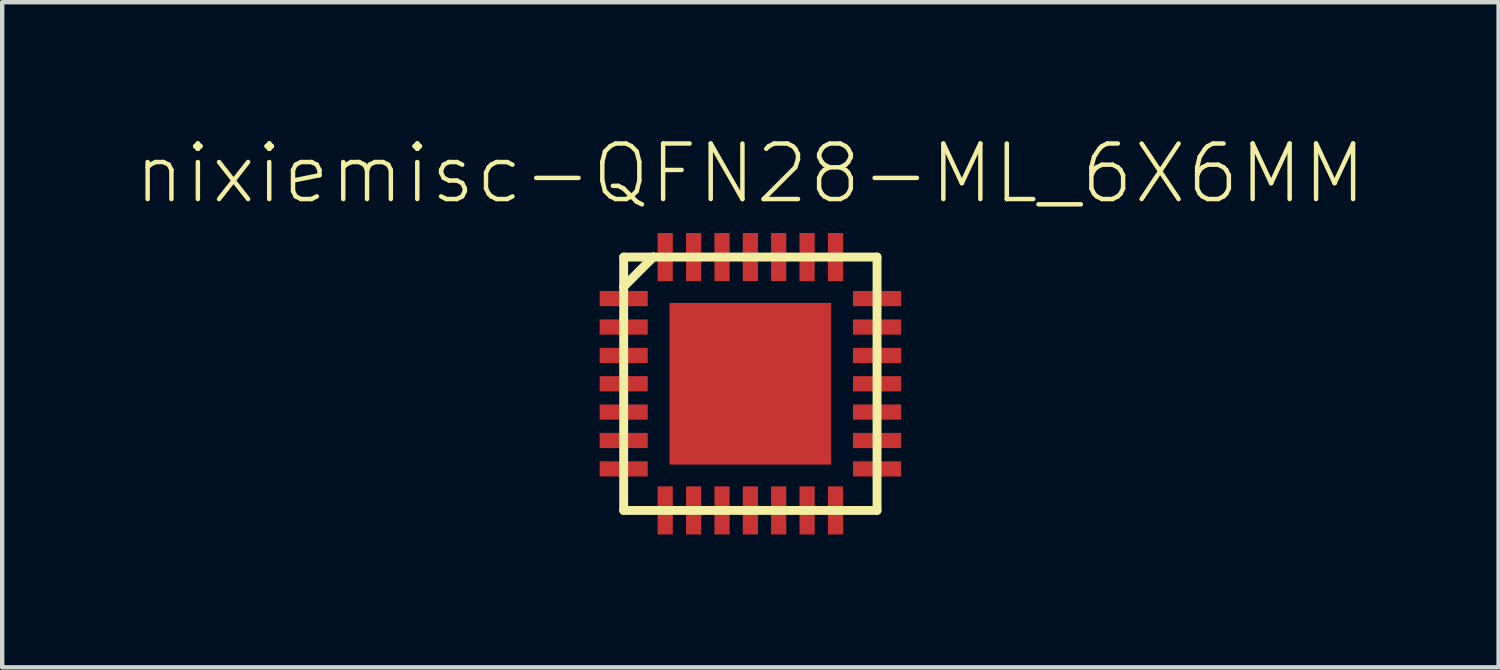
<source format=kicad_pcb>
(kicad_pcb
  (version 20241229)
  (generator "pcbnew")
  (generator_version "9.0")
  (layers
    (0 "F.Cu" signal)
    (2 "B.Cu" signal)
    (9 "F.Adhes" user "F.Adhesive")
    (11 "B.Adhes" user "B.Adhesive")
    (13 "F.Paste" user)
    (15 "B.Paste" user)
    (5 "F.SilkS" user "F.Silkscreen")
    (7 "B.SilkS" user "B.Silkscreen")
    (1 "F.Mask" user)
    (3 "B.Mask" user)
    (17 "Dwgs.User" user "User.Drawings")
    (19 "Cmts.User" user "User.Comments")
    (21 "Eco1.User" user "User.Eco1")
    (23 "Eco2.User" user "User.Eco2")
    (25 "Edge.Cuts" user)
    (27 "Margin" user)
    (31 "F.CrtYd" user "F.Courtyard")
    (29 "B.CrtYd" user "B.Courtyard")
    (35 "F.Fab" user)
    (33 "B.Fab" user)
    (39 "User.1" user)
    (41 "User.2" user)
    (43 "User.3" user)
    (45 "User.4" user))
  (footprint "nixiemisc-QFN28-ML_6X6MM"
    (layer "F.Cu")
    (at 14.116 5.729)
    (property "Reference" "nixiemisc-QFN28-ML_6X6MM" (at 0 -4.808 0) (layer "F.SilkS") (effects (font (size 1.27 1.27) (thickness 0.102))))
    (attr smd)
    (fp_line (start -3.454 -2.131) (end -2.344 -2.131) (stroke (width 0.066) (type solid)) (layer "F.Mask"))
    (fp_line (start -3.454 -1.768) (end -3.454 -2.131) (stroke (width 0.066) (type solid)) (layer "F.Mask"))
    (fp_line (start -3.454 -1.768) (end -2.344 -1.768) (stroke (width 0.066) (type solid)) (layer "F.Mask"))
    (fp_line (start -3.454 -1.481) (end -2.344 -1.481) (stroke (width 0.066) (type solid)) (layer "F.Mask"))
    (fp_line (start -3.454 -1.118) (end -3.454 -1.481) (stroke (width 0.066) (type solid)) (layer "F.Mask"))
    (fp_line (start -3.454 -1.118) (end -2.344 -1.118) (stroke (width 0.066) (type solid)) (layer "F.Mask"))
    (fp_line (start -3.454 -0.831) (end -2.344 -0.831) (stroke (width 0.066) (type solid)) (layer "F.Mask"))
    (fp_line (start -3.454 -0.467) (end -3.454 -0.831) (stroke (width 0.066) (type solid)) (layer "F.Mask"))
    (fp_line (start -3.454 -0.467) (end -2.344 -0.467) (stroke (width 0.066) (type solid)) (layer "F.Mask"))
    (fp_line (start -3.454 -0.18) (end -2.344 -0.18) (stroke (width 0.066) (type solid)) (layer "F.Mask"))
    (fp_line (start -3.454 0.18) (end -3.454 -0.18) (stroke (width 0.066) (type solid)) (layer "F.Mask"))
    (fp_line (start -3.454 0.18) (end -2.344 0.18) (stroke (width 0.066) (type solid)) (layer "F.Mask"))
    (fp_line (start -3.454 0.467) (end -2.344 0.467) (stroke (width 0.066) (type solid)) (layer "F.Mask"))
    (fp_line (start -3.454 0.831) (end -3.454 0.467) (stroke (width 0.066) (type solid)) (layer "F.Mask"))
    (fp_line (start -3.454 0.831) (end -2.344 0.831) (stroke (width 0.066) (type solid)) (layer "F.Mask"))
    (fp_line (start -3.454 1.118) (end -2.344 1.118) (stroke (width 0.066) (type solid)) (layer "F.Mask"))
    (fp_line (start -3.454 1.481) (end -3.454 1.118) (stroke (width 0.066) (type solid)) (layer "F.Mask"))
    (fp_line (start -3.454 1.481) (end -2.344 1.481) (stroke (width 0.066) (type solid)) (layer "F.Mask"))
    (fp_line (start -3.454 1.768) (end -2.344 1.768) (stroke (width 0.066) (type solid)) (layer "F.Mask"))
    (fp_line (start -3.454 2.131) (end -3.454 1.768) (stroke (width 0.066) (type solid)) (layer "F.Mask"))
    (fp_line (start -3.454 2.131) (end -2.344 2.131) (stroke (width 0.066) (type solid)) (layer "F.Mask"))
    (fp_line (start -2.344 -1.768) (end -2.344 -2.131) (stroke (width 0.066) (type solid)) (layer "F.Mask"))
    (fp_line (start -2.344 -1.118) (end -2.344 -1.481) (stroke (width 0.066) (type solid)) (layer "F.Mask"))
    (fp_line (start -2.344 -0.467) (end -2.344 -0.831) (stroke (width 0.066) (type solid)) (layer "F.Mask"))
    (fp_line (start -2.344 0.18) (end -2.344 -0.18) (stroke (width 0.066) (type solid)) (layer "F.Mask"))
    (fp_line (start -2.344 0.831) (end -2.344 0.467) (stroke (width 0.066) (type solid)) (layer "F.Mask"))
    (fp_line (start -2.344 1.481) (end -2.344 1.118) (stroke (width 0.066) (type solid)) (layer "F.Mask"))
    (fp_line (start -2.344 2.131) (end -2.344 1.768) (stroke (width 0.066) (type solid)) (layer "F.Mask"))
    (fp_line (start -2.131 -3.454) (end -2.131 -2.344) (stroke (width 0.066) (type solid)) (layer "F.Mask"))
    (fp_line (start -2.131 -3.454) (end -1.768 -3.454) (stroke (width 0.066) (type solid)) (layer "F.Mask"))
    (fp_line (start -2.131 -2.344) (end -1.768 -2.344) (stroke (width 0.066) (type solid)) (layer "F.Mask"))
    (fp_line (start -2.131 2.344) (end -2.131 3.454) (stroke (width 0.066) (type solid)) (layer "F.Mask"))
    (fp_line (start -2.131 2.344) (end -1.768 2.344) (stroke (width 0.066) (type solid)) (layer "F.Mask"))
    (fp_line (start -2.131 3.454) (end -1.768 3.454) (stroke (width 0.066) (type solid)) (layer "F.Mask"))
    (fp_line (start -1.857 -1.857) (end 1.857 -1.857) (stroke (width 0.066) (type solid)) (layer "F.Mask"))
    (fp_line (start -1.857 1.857) (end -1.857 -1.857) (stroke (width 0.066) (type solid)) (layer "F.Mask"))
    (fp_line (start -1.857 1.857) (end 1.857 1.857) (stroke (width 0.066) (type solid)) (layer "F.Mask"))
    (fp_line (start -1.768 -3.454) (end -1.768 -2.344) (stroke (width 0.066) (type solid)) (layer "F.Mask"))
    (fp_line (start -1.768 2.344) (end -1.768 3.454) (stroke (width 0.066) (type solid)) (layer "F.Mask"))
    (fp_line (start -1.481 -3.454) (end -1.481 -2.344) (stroke (width 0.066) (type solid)) (layer "F.Mask"))
    (fp_line (start -1.481 -3.454) (end -1.118 -3.454) (stroke (width 0.066) (type solid)) (layer "F.Mask"))
    (fp_line (start -1.481 -2.344) (end -1.118 -2.344) (stroke (width 0.066) (type solid)) (layer "F.Mask"))
    (fp_line (start -1.481 3.454) (end -1.481 2.344) (stroke (width 0.066) (type solid)) (layer "F.Mask"))
    (fp_line (start -1.118 -3.454) (end -1.118 -2.344) (stroke (width 0.066) (type solid)) (layer "F.Mask"))
    (fp_line (start -1.118 2.344) (end -1.481 2.344) (stroke (width 0.066) (type solid)) (layer "F.Mask"))
    (fp_line (start -1.118 3.454) (end -1.481 3.454) (stroke (width 0.066) (type solid)) (layer "F.Mask"))
    (fp_line (start -1.118 3.454) (end -1.118 2.344) (stroke (width 0.066) (type solid)) (layer "F.Mask"))
    (fp_line (start -0.831 -3.454) (end -0.831 -2.344) (stroke (width 0.066) (type solid)) (layer "F.Mask"))
    (fp_line (start -0.831 -3.454) (end -0.467 -3.454) (stroke (width 0.066) (type solid)) (layer "F.Mask"))
    (fp_line (start -0.831 -2.344) (end -0.467 -2.344) (stroke (width 0.066) (type solid)) (layer "F.Mask"))
    (fp_line (start -0.831 3.454) (end -0.831 2.344) (stroke (width 0.066) (type solid)) (layer "F.Mask"))
    (fp_line (start -0.467 -3.454) (end -0.467 -2.344) (stroke (width 0.066) (type solid)) (layer "F.Mask"))
    (fp_line (start -0.467 2.344) (end -0.831 2.344) (stroke (width 0.066) (type solid)) (layer "F.Mask"))
    (fp_line (start -0.467 3.454) (end -0.831 3.454) (stroke (width 0.066) (type solid)) (layer "F.Mask"))
    (fp_line (start -0.467 3.454) (end -0.467 2.344) (stroke (width 0.066) (type solid)) (layer "F.Mask"))
    (fp_line (start -0.18 -3.454) (end -0.18 -2.344) (stroke (width 0.066) (type solid)) (layer "F.Mask"))
    (fp_line (start -0.18 -3.454) (end 0.18 -3.454) (stroke (width 0.066) (type solid)) (layer "F.Mask"))
    (fp_line (start -0.18 -2.344) (end 0.18 -2.344) (stroke (width 0.066) (type solid)) (layer "F.Mask"))
    (fp_line (start -0.18 3.454) (end -0.18 2.344) (stroke (width 0.066) (type solid)) (layer "F.Mask"))
    (fp_line (start 0.18 -3.454) (end 0.18 -2.344) (stroke (width 0.066) (type solid)) (layer "F.Mask"))
    (fp_line (start 0.18 2.344) (end -0.18 2.344) (stroke (width 0.066) (type solid)) (layer "F.Mask"))
    (fp_line (start 0.18 3.454) (end -0.18 3.454) (stroke (width 0.066) (type solid)) (layer "F.Mask"))
    (fp_line (start 0.18 3.454) (end 0.18 2.344) (stroke (width 0.066) (type solid)) (layer "F.Mask"))
    (fp_line (start 0.467 -3.454) (end 0.467 -2.344) (stroke (width 0.066) (type solid)) (layer "F.Mask"))
    (fp_line (start 0.467 -3.454) (end 0.831 -3.454) (stroke (width 0.066) (type solid)) (layer "F.Mask"))
    (fp_line (start 0.467 -2.344) (end 0.831 -2.344) (stroke (width 0.066) (type solid)) (layer "F.Mask"))
    (fp_line (start 0.467 3.454) (end 0.467 2.344) (stroke (width 0.066) (type solid)) (layer "F.Mask"))
    (fp_line (start 0.831 -3.454) (end 0.831 -2.344) (stroke (width 0.066) (type solid)) (layer "F.Mask"))
    (fp_line (start 0.831 2.344) (end 0.467 2.344) (stroke (width 0.066) (type solid)) (layer "F.Mask"))
    (fp_line (start 0.831 3.454) (end 0.467 3.454) (stroke (width 0.066) (type solid)) (layer "F.Mask"))
    (fp_line (start 0.831 3.454) (end 0.831 2.344) (stroke (width 0.066) (type solid)) (layer "F.Mask"))
    (fp_line (start 1.118 -3.454) (end 1.118 -2.344) (stroke (width 0.066) (type solid)) (layer "F.Mask"))
    (fp_line (start 1.118 -3.454) (end 1.481 -3.454) (stroke (width 0.066) (type solid)) (layer "F.Mask"))
    (fp_line (start 1.118 -2.344) (end 1.481 -2.344) (stroke (width 0.066) (type solid)) (layer "F.Mask"))
    (fp_line (start 1.118 3.454) (end 1.118 2.344) (stroke (width 0.066) (type solid)) (layer "F.Mask"))
    (fp_line (start 1.481 -3.454) (end 1.481 -2.344) (stroke (width 0.066) (type solid)) (layer "F.Mask"))
    (fp_line (start 1.481 2.344) (end 1.118 2.344) (stroke (width 0.066) (type solid)) (layer "F.Mask"))
    (fp_line (start 1.481 3.454) (end 1.118 3.454) (stroke (width 0.066) (type solid)) (layer "F.Mask"))
    (fp_line (start 1.481 3.454) (end 1.481 2.344) (stroke (width 0.066) (type solid)) (layer "F.Mask"))
    (fp_line (start 1.768 -3.454) (end 1.768 -2.344) (stroke (width 0.066) (type solid)) (layer "F.Mask"))
    (fp_line (start 1.768 -3.454) (end 2.131 -3.454) (stroke (width 0.066) (type solid)) (layer "F.Mask"))
    (fp_line (start 1.768 -2.344) (end 2.131 -2.344) (stroke (width 0.066) (type solid)) (layer "F.Mask"))
    (fp_line (start 1.768 3.454) (end 1.768 2.344) (stroke (width 0.066) (type solid)) (layer "F.Mask"))
    (fp_line (start 1.857 1.857) (end 1.857 -1.857) (stroke (width 0.066) (type solid)) (layer "F.Mask"))
    (fp_line (start 2.131 -3.454) (end 2.131 -2.344) (stroke (width 0.066) (type solid)) (layer "F.Mask"))
    (fp_line (start 2.131 2.344) (end 1.768 2.344) (stroke (width 0.066) (type solid)) (layer "F.Mask"))
    (fp_line (start 2.131 3.454) (end 1.768 3.454) (stroke (width 0.066) (type solid)) (layer "F.Mask"))
    (fp_line (start 2.131 3.454) (end 2.131 2.344) (stroke (width 0.066) (type solid)) (layer "F.Mask"))
    (fp_line (start 2.344 -2.131) (end 2.344 -1.768) (stroke (width 0.066) (type solid)) (layer "F.Mask"))
    (fp_line (start 2.344 -1.481) (end 2.344 -1.118) (stroke (width 0.066) (type solid)) (layer "F.Mask"))
    (fp_line (start 2.344 -0.831) (end 2.344 -0.467) (stroke (width 0.066) (type solid)) (layer "F.Mask"))
    (fp_line (start 2.344 -0.18) (end 2.344 0.18) (stroke (width 0.066) (type solid)) (layer "F.Mask"))
    (fp_line (start 2.344 0.467) (end 2.344 0.831) (stroke (width 0.066) (type solid)) (layer "F.Mask"))
    (fp_line (start 2.344 1.118) (end 2.344 1.481) (stroke (width 0.066) (type solid)) (layer "F.Mask"))
    (fp_line (start 2.344 1.768) (end 2.344 2.131) (stroke (width 0.066) (type solid)) (layer "F.Mask"))
    (fp_line (start 3.454 -2.131) (end 2.344 -2.131) (stroke (width 0.066) (type solid)) (layer "F.Mask"))
    (fp_line (start 3.454 -2.131) (end 3.454 -1.768) (stroke (width 0.066) (type solid)) (layer "F.Mask"))
    (fp_line (start 3.454 -1.768) (end 2.344 -1.768) (stroke (width 0.066) (type solid)) (layer "F.Mask"))
    (fp_line (start 3.454 -1.481) (end 2.344 -1.481) (stroke (width 0.066) (type solid)) (layer "F.Mask"))
    (fp_line (start 3.454 -1.481) (end 3.454 -1.118) (stroke (width 0.066) (type solid)) (layer "F.Mask"))
    (fp_line (start 3.454 -1.118) (end 2.344 -1.118) (stroke (width 0.066) (type solid)) (layer "F.Mask"))
    (fp_line (start 3.454 -0.831) (end 2.344 -0.831) (stroke (width 0.066) (type solid)) (layer "F.Mask"))
    (fp_line (start 3.454 -0.831) (end 3.454 -0.467) (stroke (width 0.066) (type solid)) (layer "F.Mask"))
    (fp_line (start 3.454 -0.467) (end 2.344 -0.467) (stroke (width 0.066) (type solid)) (layer "F.Mask"))
    (fp_line (start 3.454 -0.18) (end 2.344 -0.18) (stroke (width 0.066) (type solid)) (layer "F.Mask"))
    (fp_line (start 3.454 -0.18) (end 3.454 0.18) (stroke (width 0.066) (type solid)) (layer "F.Mask"))
    (fp_line (start 3.454 0.18) (end 2.344 0.18) (stroke (width 0.066) (type solid)) (layer "F.Mask"))
    (fp_line (start 3.454 0.467) (end 2.344 0.467) (stroke (width 0.066) (type solid)) (layer "F.Mask"))
    (fp_line (start 3.454 0.467) (end 3.454 0.831) (stroke (width 0.066) (type solid)) (layer "F.Mask"))
    (fp_line (start 3.454 0.831) (end 2.344 0.831) (stroke (width 0.066) (type solid)) (layer "F.Mask"))
    (fp_line (start 3.454 1.118) (end 2.344 1.118) (stroke (width 0.066) (type solid)) (layer "F.Mask"))
    (fp_line (start 3.454 1.118) (end 3.454 1.481) (stroke (width 0.066) (type solid)) (layer "F.Mask"))
    (fp_line (start 3.454 1.481) (end 2.344 1.481) (stroke (width 0.066) (type solid)) (layer "F.Mask"))
    (fp_line (start 3.454 1.768) (end 2.344 1.768) (stroke (width 0.066) (type solid)) (layer "F.Mask"))
    (fp_line (start 3.454 1.768) (end 3.454 2.131) (stroke (width 0.066) (type solid)) (layer "F.Mask"))
    (fp_line (start 3.454 2.131) (end 2.344 2.131) (stroke (width 0.066) (type solid)) (layer "F.Mask"))
    (fp_line (start -2.898 -2.898) (end -2.22 -2.898) (stroke (width 0.203) (type solid)) (layer "F.SilkS"))
    (fp_line (start -2.898 -2.22) (end -2.898 -2.898) (stroke (width 0.203) (type solid)) (layer "F.SilkS"))
    (fp_line (start -2.898 -2.22) (end -2.898 2.898) (stroke (width 0.203) (type solid)) (layer "F.SilkS"))
    (fp_line (start -2.898 2.898) (end 2.898 2.898) (stroke (width 0.203) (type solid)) (layer "F.SilkS"))
    (fp_line (start -2.22 -2.898) (end -2.898 -2.22) (stroke (width 0.203) (type solid)) (layer "F.SilkS"))
    (fp_line (start -2.22 -2.898) (end -2.22 -2.898) (stroke (width 0.203) (type solid)) (layer "F.SilkS"))
    (fp_line (start 2.898 -2.898) (end -2.22 -2.898) (stroke (width 0.203) (type solid)) (layer "F.SilkS"))
    (fp_line (start 2.898 2.898) (end 2.898 -2.898) (stroke (width 0.203) (type solid)) (layer "F.SilkS"))
    (fp_line (start -3.442 -2.111) (end -2.357 -2.111) (stroke (width 0.066) (type solid)) (layer "F.Paste"))
    (fp_line (start -3.442 -1.786) (end -3.442 -2.111) (stroke (width 0.066) (type solid)) (layer "F.Paste"))
    (fp_line (start -3.442 -1.786) (end -2.357 -1.786) (stroke (width 0.066) (type solid)) (layer "F.Paste"))
    (fp_line (start -3.442 -1.46) (end -2.357 -1.46) (stroke (width 0.066) (type solid)) (layer "F.Paste"))
    (fp_line (start -3.442 -1.135) (end -3.442 -1.46) (stroke (width 0.066) (type solid)) (layer "F.Paste"))
    (fp_line (start -3.442 -1.135) (end -2.357 -1.135) (stroke (width 0.066) (type solid)) (layer "F.Paste"))
    (fp_line (start -3.442 -0.81) (end -2.357 -0.81) (stroke (width 0.066) (type solid)) (layer "F.Paste"))
    (fp_line (start -3.442 -0.485) (end -3.442 -0.81) (stroke (width 0.066) (type solid)) (layer "F.Paste"))
    (fp_line (start -3.442 -0.485) (end -2.357 -0.485) (stroke (width 0.066) (type solid)) (layer "F.Paste"))
    (fp_line (start -3.442 -0.16) (end -2.357 -0.16) (stroke (width 0.066) (type solid)) (layer "F.Paste"))
    (fp_line (start -3.442 0.16) (end -3.442 -0.16) (stroke (width 0.066) (type solid)) (layer "F.Paste"))
    (fp_line (start -3.442 0.16) (end -2.357 0.16) (stroke (width 0.066) (type solid)) (layer "F.Paste"))
    (fp_line (start -3.442 0.485) (end -2.357 0.485) (stroke (width 0.066) (type solid)) (layer "F.Paste"))
    (fp_line (start -3.442 0.81) (end -3.442 0.485) (stroke (width 0.066) (type solid)) (layer "F.Paste"))
    (fp_line (start -3.442 0.81) (end -2.357 0.81) (stroke (width 0.066) (type solid)) (layer "F.Paste"))
    (fp_line (start -3.442 1.135) (end -2.357 1.135) (stroke (width 0.066) (type solid)) (layer "F.Paste"))
    (fp_line (start -3.442 1.46) (end -3.442 1.135) (stroke (width 0.066) (type solid)) (layer "F.Paste"))
    (fp_line (start -3.442 1.46) (end -2.357 1.46) (stroke (width 0.066) (type solid)) (layer "F.Paste"))
    (fp_line (start -3.442 1.786) (end -2.357 1.786) (stroke (width 0.066) (type solid)) (layer "F.Paste"))
    (fp_line (start -3.442 2.111) (end -3.442 1.786) (stroke (width 0.066) (type solid)) (layer "F.Paste"))
    (fp_line (start -3.442 2.111) (end -2.357 2.111) (stroke (width 0.066) (type solid)) (layer "F.Paste"))
    (fp_line (start -2.357 -1.786) (end -2.357 -2.111) (stroke (width 0.066) (type solid)) (layer "F.Paste"))
    (fp_line (start -2.357 -1.135) (end -2.357 -1.46) (stroke (width 0.066) (type solid)) (layer "F.Paste"))
    (fp_line (start -2.357 -0.485) (end -2.357 -0.81) (stroke (width 0.066) (type solid)) (layer "F.Paste"))
    (fp_line (start -2.357 0.16) (end -2.357 -0.16) (stroke (width 0.066) (type solid)) (layer "F.Paste"))
    (fp_line (start -2.357 0.81) (end -2.357 0.485) (stroke (width 0.066) (type solid)) (layer "F.Paste"))
    (fp_line (start -2.357 1.46) (end -2.357 1.135) (stroke (width 0.066) (type solid)) (layer "F.Paste"))
    (fp_line (start -2.357 2.111) (end -2.357 1.786) (stroke (width 0.066) (type solid)) (layer "F.Paste"))
    (fp_line (start -2.111 -3.442) (end -2.111 -2.357) (stroke (width 0.066) (type solid)) (layer "F.Paste"))
    (fp_line (start -2.111 -3.442) (end -1.786 -3.442) (stroke (width 0.066) (type solid)) (layer "F.Paste"))
    (fp_line (start -2.111 -2.357) (end -1.786 -2.357) (stroke (width 0.066) (type solid)) (layer "F.Paste"))
    (fp_line (start -2.111 2.357) (end -2.111 3.442) (stroke (width 0.066) (type solid)) (layer "F.Paste"))
    (fp_line (start -2.111 2.357) (end -1.786 2.357) (stroke (width 0.066) (type solid)) (layer "F.Paste"))
    (fp_line (start -2.111 3.442) (end -1.786 3.442) (stroke (width 0.066) (type solid)) (layer "F.Paste"))
    (fp_line (start -1.786 -3.442) (end -1.786 -2.357) (stroke (width 0.066) (type solid)) (layer "F.Paste"))
    (fp_line (start -1.786 2.357) (end -1.786 3.442) (stroke (width 0.066) (type solid)) (layer "F.Paste"))
    (fp_line (start -1.735 -1.735) (end 1.735 -1.735) (stroke (width 0.066) (type solid)) (layer "F.Paste"))
    (fp_line (start -1.735 1.735) (end -1.735 -1.735) (stroke (width 0.066) (type solid)) (layer "F.Paste"))
    (fp_line (start -1.735 1.735) (end 1.735 1.735) (stroke (width 0.066) (type solid)) (layer "F.Paste"))
    (fp_line (start -1.46 -3.442) (end -1.46 -2.357) (stroke (width 0.066) (type solid)) (layer "F.Paste"))
    (fp_line (start -1.46 -3.442) (end -1.135 -3.442) (stroke (width 0.066) (type solid)) (layer "F.Paste"))
    (fp_line (start -1.46 -2.357) (end -1.135 -2.357) (stroke (width 0.066) (type solid)) (layer "F.Paste"))
    (fp_line (start -1.46 3.442) (end -1.46 2.357) (stroke (width 0.066) (type solid)) (layer "F.Paste"))
    (fp_line (start -1.135 -3.442) (end -1.135 -2.357) (stroke (width 0.066) (type solid)) (layer "F.Paste"))
    (fp_line (start -1.135 2.357) (end -1.46 2.357) (stroke (width 0.066) (type solid)) (layer "F.Paste"))
    (fp_line (start -1.135 3.442) (end -1.46 3.442) (stroke (width 0.066) (type solid)) (layer "F.Paste"))
    (fp_line (start -1.135 3.442) (end -1.135 2.357) (stroke (width 0.066) (type solid)) (layer "F.Paste"))
    (fp_line (start -0.81 -3.442) (end -0.81 -2.357) (stroke (width 0.066) (type solid)) (layer "F.Paste"))
    (fp_line (start -0.81 -3.442) (end -0.485 -3.442) (stroke (width 0.066) (type solid)) (layer "F.Paste"))
    (fp_line (start -0.81 -2.357) (end -0.485 -2.357) (stroke (width 0.066) (type solid)) (layer "F.Paste"))
    (fp_line (start -0.81 3.442) (end -0.81 2.357) (stroke (width 0.066) (type solid)) (layer "F.Paste"))
    (fp_line (start -0.485 -3.442) (end -0.485 -2.357) (stroke (width 0.066) (type solid)) (layer "F.Paste"))
    (fp_line (start -0.485 2.357) (end -0.81 2.357) (stroke (width 0.066) (type solid)) (layer "F.Paste"))
    (fp_line (start -0.485 3.442) (end -0.81 3.442) (stroke (width 0.066) (type solid)) (layer "F.Paste"))
    (fp_line (start -0.485 3.442) (end -0.485 2.357) (stroke (width 0.066) (type solid)) (layer "F.Paste"))
    (fp_line (start -0.16 -3.442) (end -0.16 -2.357) (stroke (width 0.066) (type solid)) (layer "F.Paste"))
    (fp_line (start -0.16 -3.442) (end 0.16 -3.442) (stroke (width 0.066) (type solid)) (layer "F.Paste"))
    (fp_line (start -0.16 -2.357) (end 0.16 -2.357) (stroke (width 0.066) (type solid)) (layer "F.Paste"))
    (fp_line (start -0.16 3.442) (end -0.16 2.357) (stroke (width 0.066) (type solid)) (layer "F.Paste"))
    (fp_line (start 0.16 -3.442) (end 0.16 -2.357) (stroke (width 0.066) (type solid)) (layer "F.Paste"))
    (fp_line (start 0.16 2.357) (end -0.16 2.357) (stroke (width 0.066) (type solid)) (layer "F.Paste"))
    (fp_line (start 0.16 3.442) (end -0.16 3.442) (stroke (width 0.066) (type solid)) (layer "F.Paste"))
    (fp_line (start 0.16 3.442) (end 0.16 2.357) (stroke (width 0.066) (type solid)) (layer "F.Paste"))
    (fp_line (start 0.485 -3.442) (end 0.485 -2.357) (stroke (width 0.066) (type solid)) (layer "F.Paste"))
    (fp_line (start 0.485 -3.442) (end 0.81 -3.442) (stroke (width 0.066) (type solid)) (layer "F.Paste"))
    (fp_line (start 0.485 -2.357) (end 0.81 -2.357) (stroke (width 0.066) (type solid)) (layer "F.Paste"))
    (fp_line (start 0.485 3.442) (end 0.485 2.357) (stroke (width 0.066) (type solid)) (layer "F.Paste"))
    (fp_line (start 0.81 -3.442) (end 0.81 -2.357) (stroke (width 0.066) (type solid)) (layer "F.Paste"))
    (fp_line (start 0.81 2.357) (end 0.485 2.357) (stroke (width 0.066) (type solid)) (layer "F.Paste"))
    (fp_line (start 0.81 3.442) (end 0.485 3.442) (stroke (width 0.066) (type solid)) (layer "F.Paste"))
    (fp_line (start 0.81 3.442) (end 0.81 2.357) (stroke (width 0.066) (type solid)) (layer "F.Paste"))
    (fp_line (start 1.135 -3.442) (end 1.135 -2.357) (stroke (width 0.066) (type solid)) (layer "F.Paste"))
    (fp_line (start 1.135 -3.442) (end 1.46 -3.442) (stroke (width 0.066) (type solid)) (layer "F.Paste"))
    (fp_line (start 1.135 -2.357) (end 1.46 -2.357) (stroke (width 0.066) (type solid)) (layer "F.Paste"))
    (fp_line (start 1.135 3.442) (end 1.135 2.357) (stroke (width 0.066) (type solid)) (layer "F.Paste"))
    (fp_line (start 1.46 -3.442) (end 1.46 -2.357) (stroke (width 0.066) (type solid)) (layer "F.Paste"))
    (fp_line (start 1.46 2.357) (end 1.135 2.357) (stroke (width 0.066) (type solid)) (layer "F.Paste"))
    (fp_line (start 1.46 3.442) (end 1.135 3.442) (stroke (width 0.066) (type solid)) (layer "F.Paste"))
    (fp_line (start 1.46 3.442) (end 1.46 2.357) (stroke (width 0.066) (type solid)) (layer "F.Paste"))
    (fp_line (start 1.735 1.735) (end 1.735 -1.735) (stroke (width 0.066) (type solid)) (layer "F.Paste"))
    (fp_line (start 1.786 -3.442) (end 1.786 -2.357) (stroke (width 0.066) (type solid)) (layer "F.Paste"))
    (fp_line (start 1.786 -3.442) (end 2.111 -3.442) (stroke (width 0.066) (type solid)) (layer "F.Paste"))
    (fp_line (start 1.786 -2.357) (end 2.111 -2.357) (stroke (width 0.066) (type solid)) (layer "F.Paste"))
    (fp_line (start 1.786 3.442) (end 1.786 2.357) (stroke (width 0.066) (type solid)) (layer "F.Paste"))
    (fp_line (start 2.111 -3.442) (end 2.111 -2.357) (stroke (width 0.066) (type solid)) (layer "F.Paste"))
    (fp_line (start 2.111 2.357) (end 1.786 2.357) (stroke (width 0.066) (type solid)) (layer "F.Paste"))
    (fp_line (start 2.111 3.442) (end 1.786 3.442) (stroke (width 0.066) (type solid)) (layer "F.Paste"))
    (fp_line (start 2.111 3.442) (end 2.111 2.357) (stroke (width 0.066) (type solid)) (layer "F.Paste"))
    (fp_line (start 2.357 -2.111) (end 2.357 -1.786) (stroke (width 0.066) (type solid)) (layer "F.Paste"))
    (fp_line (start 2.357 -1.46) (end 2.357 -1.135) (stroke (width 0.066) (type solid)) (layer "F.Paste"))
    (fp_line (start 2.357 -0.81) (end 2.357 -0.485) (stroke (width 0.066) (type solid)) (layer "F.Paste"))
    (fp_line (start 2.357 -0.16) (end 2.357 0.16) (stroke (width 0.066) (type solid)) (layer "F.Paste"))
    (fp_line (start 2.357 0.485) (end 2.357 0.81) (stroke (width 0.066) (type solid)) (layer "F.Paste"))
    (fp_line (start 2.357 1.135) (end 2.357 1.46) (stroke (width 0.066) (type solid)) (layer "F.Paste"))
    (fp_line (start 2.357 1.786) (end 2.357 2.111) (stroke (width 0.066) (type solid)) (layer "F.Paste"))
    (fp_line (start 3.442 -2.111) (end 2.357 -2.111) (stroke (width 0.066) (type solid)) (layer "F.Paste"))
    (fp_line (start 3.442 -2.111) (end 3.442 -1.786) (stroke (width 0.066) (type solid)) (layer "F.Paste"))
    (fp_line (start 3.442 -1.786) (end 2.357 -1.786) (stroke (width 0.066) (type solid)) (layer "F.Paste"))
    (fp_line (start 3.442 -1.46) (end 2.357 -1.46) (stroke (width 0.066) (type solid)) (layer "F.Paste"))
    (fp_line (start 3.442 -1.46) (end 3.442 -1.135) (stroke (width 0.066) (type solid)) (layer "F.Paste"))
    (fp_line (start 3.442 -1.135) (end 2.357 -1.135) (stroke (width 0.066) (type solid)) (layer "F.Paste"))
    (fp_line (start 3.442 -0.81) (end 2.357 -0.81) (stroke (width 0.066) (type solid)) (layer "F.Paste"))
    (fp_line (start 3.442 -0.81) (end 3.442 -0.485) (stroke (width 0.066) (type solid)) (layer "F.Paste"))
    (fp_line (start 3.442 -0.485) (end 2.357 -0.485) (stroke (width 0.066) (type solid)) (layer "F.Paste"))
    (fp_line (start 3.442 -0.16) (end 2.357 -0.16) (stroke (width 0.066) (type solid)) (layer "F.Paste"))
    (fp_line (start 3.442 -0.16) (end 3.442 0.16) (stroke (width 0.066) (type solid)) (layer "F.Paste"))
    (fp_line (start 3.442 0.16) (end 2.357 0.16) (stroke (width 0.066) (type solid)) (layer "F.Paste"))
    (fp_line (start 3.442 0.485) (end 2.357 0.485) (stroke (width 0.066) (type solid)) (layer "F.Paste"))
    (fp_line (start 3.442 0.485) (end 3.442 0.81) (stroke (width 0.066) (type solid)) (layer "F.Paste"))
    (fp_line (start 3.442 0.81) (end 2.357 0.81) (stroke (width 0.066) (type solid)) (layer "F.Paste"))
    (fp_line (start 3.442 1.135) (end 2.357 1.135) (stroke (width 0.066) (type solid)) (layer "F.Paste"))
    (fp_line (start 3.442 1.135) (end 3.442 1.46) (stroke (width 0.066) (type solid)) (layer "F.Paste"))
    (fp_line (start 3.442 1.46) (end 2.357 1.46) (stroke (width 0.066) (type solid)) (layer "F.Paste"))
    (fp_line (start 3.442 1.786) (end 2.357 1.786) (stroke (width 0.066) (type solid)) (layer "F.Paste"))
    (fp_line (start 3.442 1.786) (end 3.442 2.111) (stroke (width 0.066) (type solid)) (layer "F.Paste"))
    (fp_line (start 3.442 2.111) (end 2.357 2.111) (stroke (width 0.066) (type solid)) (layer "F.Paste"))
    (pad "1" smd rect (at -2.898 -1.948) (size 1.1 0.348) (layers "F.Cu" "F.Mask" "F.Paste"))
    (pad "2" smd rect (at -2.898 -1.298) (size 1.1 0.348) (layers "F.Cu" "F.Mask" "F.Paste"))
    (pad "3" smd rect (at -2.898 -0.648) (size 1.1 0.348) (layers "F.Cu" "F.Mask" "F.Paste"))
    (pad "4" smd rect (at -2.898 0) (size 1.1 0.348) (layers "F.Cu" "F.Mask" "F.Paste"))
    (pad "5" smd rect (at -2.898 0.648) (size 1.1 0.348) (layers "F.Cu" "F.Mask" "F.Paste"))
    (pad "6" smd rect (at -2.898 1.298) (size 1.1 0.348) (layers "F.Cu" "F.Mask" "F.Paste"))
    (pad "7" smd rect (at -2.898 1.948) (size 1.1 0.348) (layers "F.Cu" "F.Mask" "F.Paste"))
    (pad "8" smd rect (at -1.948 2.898) (size 0.348 1.1) (layers "F.Cu" "F.Mask" "F.Paste"))
    (pad "9" smd rect (at -1.298 2.898) (size 0.348 1.1) (layers "F.Cu" "F.Mask" "F.Paste"))
    (pad "10" smd rect (at -0.648 2.898) (size 0.348 1.1) (layers "F.Cu" "F.Mask" "F.Paste"))
    (pad "11" smd rect (at 0 2.898) (size 0.348 1.1) (layers "F.Cu" "F.Mask" "F.Paste"))
    (pad "12" smd rect (at 0.648 2.898) (size 0.348 1.1) (layers "F.Cu" "F.Mask" "F.Paste"))
    (pad "13" smd rect (at 1.298 2.898) (size 0.348 1.1) (layers "F.Cu" "F.Mask" "F.Paste"))
    (pad "14" smd rect (at 1.948 2.898) (size 0.348 1.1) (layers "F.Cu" "F.Mask" "F.Paste"))
    (pad "15" smd rect (at 2.898 1.948) (size 1.1 0.348) (layers "F.Cu" "F.Mask" "F.Paste"))
    (pad "16" smd rect (at 2.898 1.298) (size 1.1 0.348) (layers "F.Cu" "F.Mask" "F.Paste"))
    (pad "17" smd rect (at 2.898 0.648) (size 1.1 0.348) (layers "F.Cu" "F.Mask" "F.Paste"))
    (pad "18" smd rect (at 2.898 0) (size 1.1 0.348) (layers "F.Cu" "F.Mask" "F.Paste"))
    (pad "19" smd rect (at 2.898 -0.648) (size 1.1 0.348) (layers "F.Cu" "F.Mask" "F.Paste"))
    (pad "20" smd rect (at 2.898 -1.298) (size 1.1 0.348) (layers "F.Cu" "F.Mask" "F.Paste"))
    (pad "21" smd rect (at 2.898 -1.948) (size 1.1 0.348) (layers "F.Cu" "F.Mask" "F.Paste"))
    (pad "22" smd rect (at 1.948 -2.898) (size 0.348 1.1) (layers "F.Cu" "F.Mask" "F.Paste"))
    (pad "23" smd rect (at 1.298 -2.898) (size 0.348 1.1) (layers "F.Cu" "F.Mask" "F.Paste"))
    (pad "24" smd rect (at 0.648 -2.898) (size 0.348 1.1) (layers "F.Cu" "F.Mask" "F.Paste"))
    (pad "25" smd rect (at 0 -2.898) (size 0.348 1.1) (layers "F.Cu" "F.Mask" "F.Paste"))
    (pad "26" smd rect (at -0.648 -2.898) (size 0.348 1.1) (layers "F.Cu" "F.Mask" "F.Paste"))
    (pad "27" smd rect (at -1.298 -2.898) (size 0.348 1.1) (layers "F.Cu" "F.Mask" "F.Paste"))
    (pad "28" smd rect (at -1.948 -2.898) (size 0.348 1.1) (layers "F.Cu" "F.Mask" "F.Paste"))
    (pad "EXP" smd rect (at 0 0) (size 3.698 3.698) (layers "F.Cu" "F.Mask" "F.Paste")))
  (gr_rect
    (start -3 -3)
    (end 31.233 12.217)
    (stroke (width 0.1) (type default))
    (fill no)
    (layer "Edge.Cuts")))
</source>
